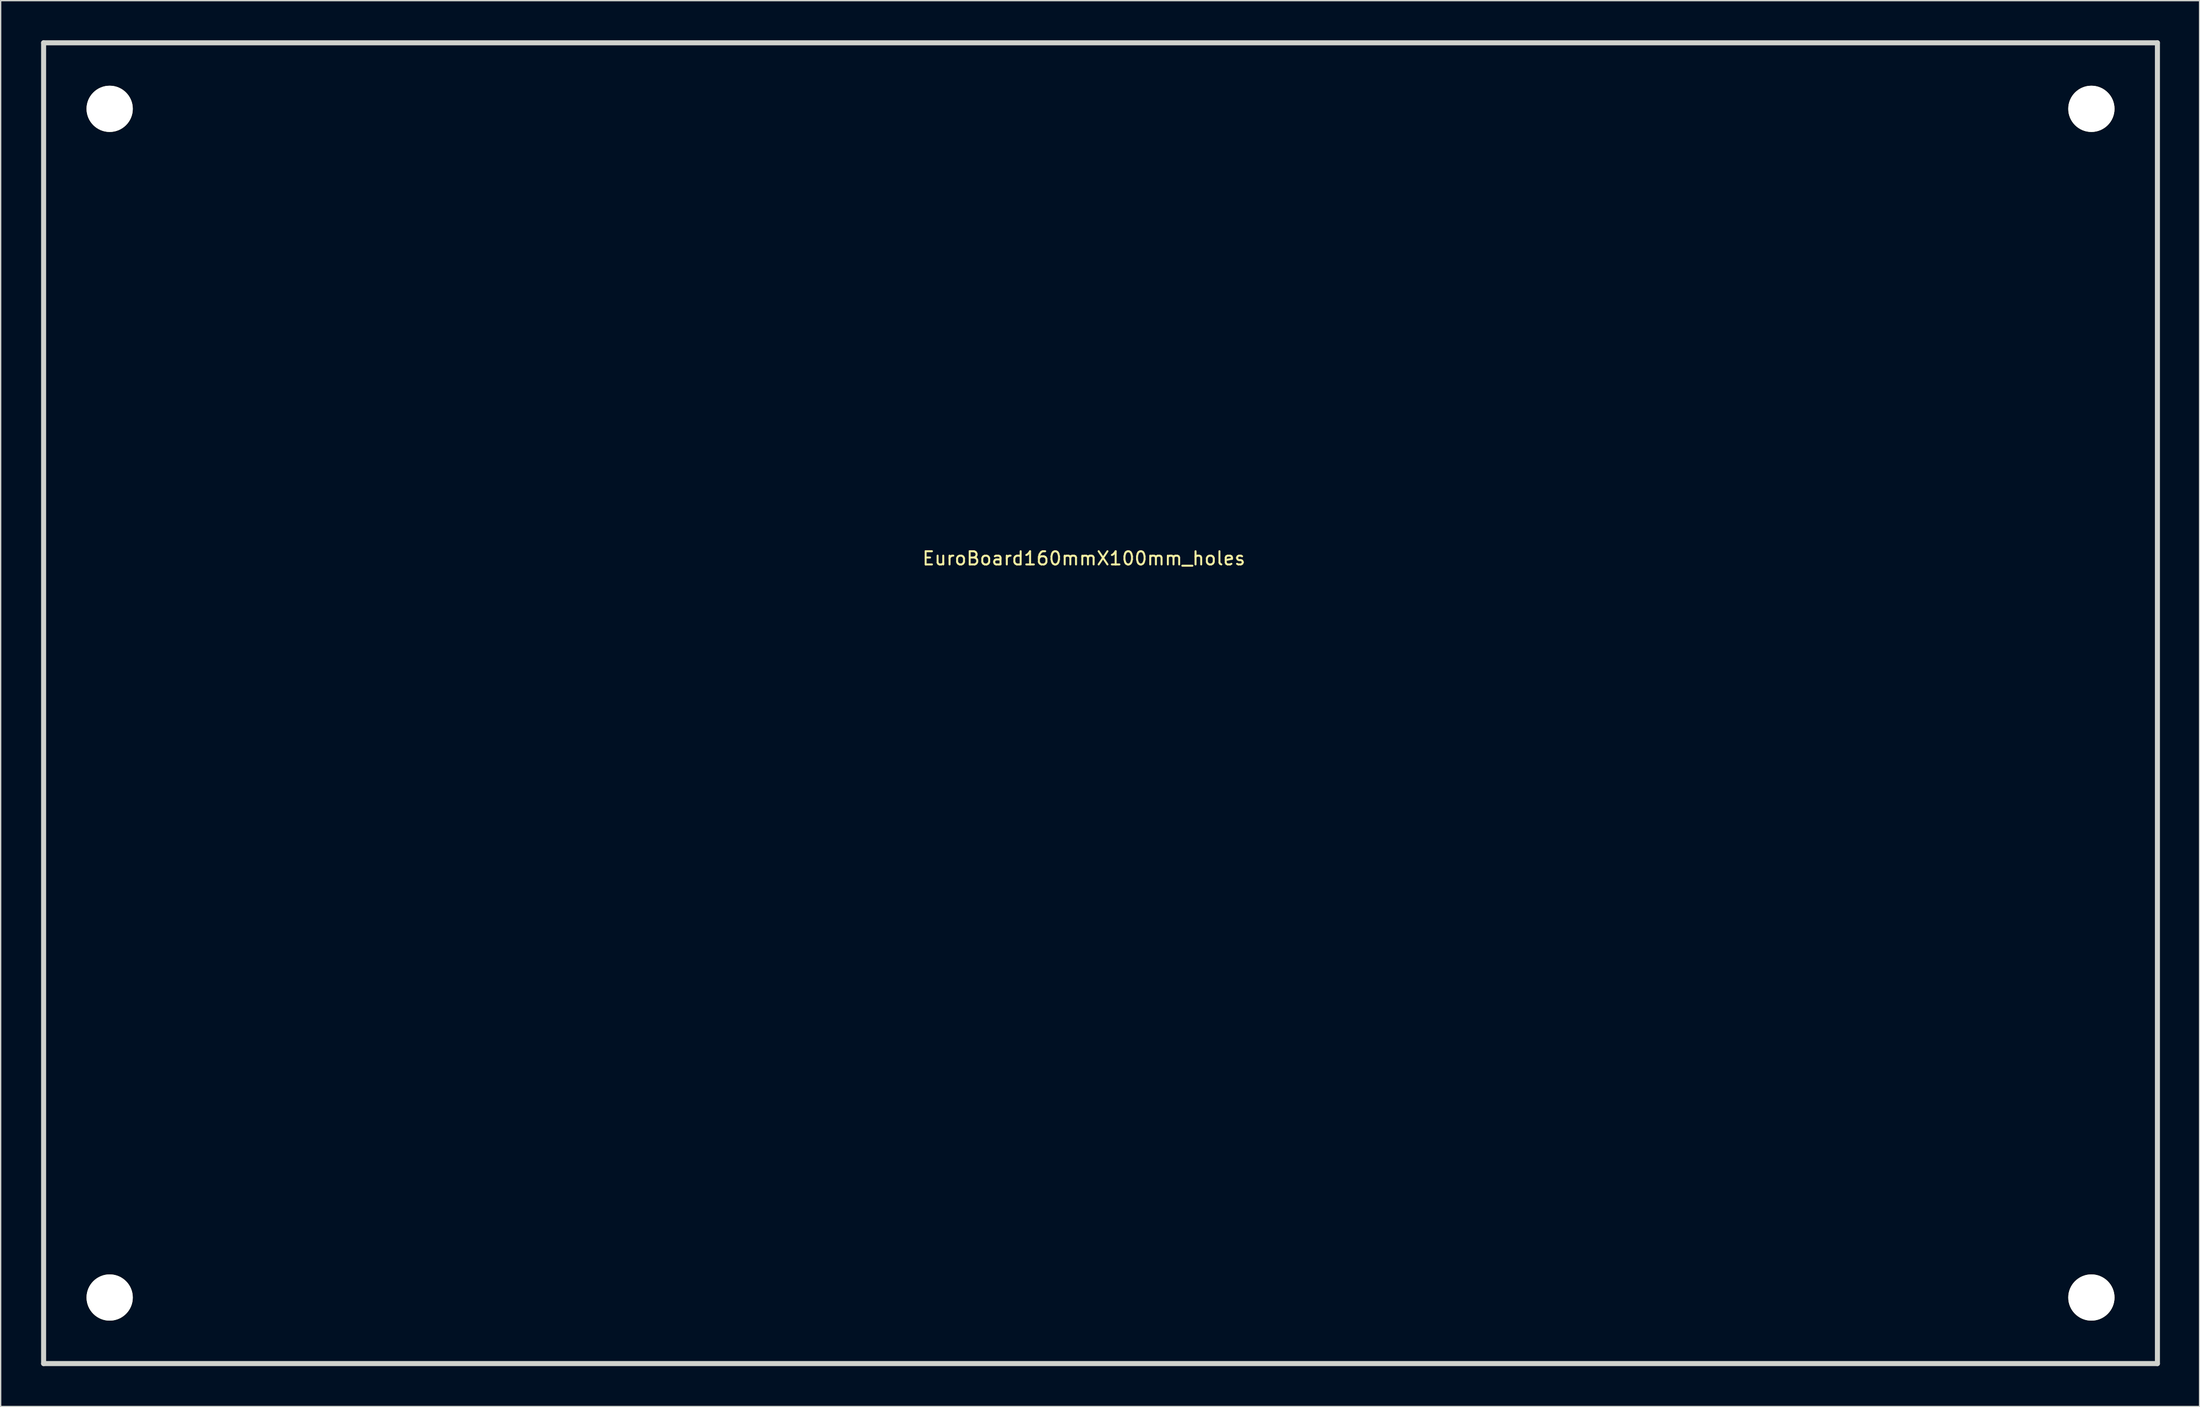
<source format=kicad_pcb>
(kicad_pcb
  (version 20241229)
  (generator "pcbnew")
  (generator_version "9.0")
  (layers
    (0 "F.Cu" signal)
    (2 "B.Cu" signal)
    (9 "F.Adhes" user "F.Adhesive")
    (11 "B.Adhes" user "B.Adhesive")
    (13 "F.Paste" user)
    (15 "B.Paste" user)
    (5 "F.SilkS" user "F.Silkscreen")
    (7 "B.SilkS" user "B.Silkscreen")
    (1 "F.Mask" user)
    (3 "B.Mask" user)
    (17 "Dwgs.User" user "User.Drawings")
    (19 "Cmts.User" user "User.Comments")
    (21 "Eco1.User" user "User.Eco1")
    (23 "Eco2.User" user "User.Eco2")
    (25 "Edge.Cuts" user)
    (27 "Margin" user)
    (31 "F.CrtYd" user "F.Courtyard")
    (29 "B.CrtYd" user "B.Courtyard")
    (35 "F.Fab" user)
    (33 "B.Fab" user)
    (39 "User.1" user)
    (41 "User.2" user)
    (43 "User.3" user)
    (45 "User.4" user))
  (footprint "EuroBoard160mmX100mm_holes"
    (layer "F.Cu")
    (at 0.25 100.191)
    (property "Reference" "EuroBoard160mmX100mm_holes" (at 78.74 -60.96 0) (layer "F.SilkS") (effects (font (size 1 1) (thickness 0.15))))
    (attr through_hole)
    (fp_line (start 0 -100) (end 160 -100) (stroke (width 0.381) (type solid)) (layer "Edge.Cuts"))
    (fp_line (start 0 -100) (end 0 0) (stroke (width 0.381) (type solid)) (layer "Edge.Cuts"))
    (fp_line (start 0 0) (end 160 0) (stroke (width 0.381) (type solid)) (layer "Edge.Cuts"))
    (fp_line (start 160 0) (end 160 -100) (stroke (width 0.381) (type solid)) (layer "Edge.Cuts"))
    (pad "" np_thru_hole circle (at 5.001 -95.001) (size 3.5 3.5) (drill 3.5) (layers "*.Cu" "*.Mask" "F.SilkS"))
    (pad "" np_thru_hole circle (at 5.001 -5.001) (size 3.5 3.5) (drill 3.5) (layers "*.Cu" "*.Mask" "F.SilkS"))
    (pad "" np_thru_hole circle (at 155.001 -95.001) (size 3.5 3.5) (drill 3.5) (layers "*.Cu" "*.Mask" "F.SilkS"))
    (pad "" np_thru_hole circle (at 155.001 -5.001) (size 3.5 3.5) (drill 3.5) (layers "*.Cu" "*.Mask" "F.SilkS")))
  (gr_rect
    (start -3 -3)
    (end 163.44 103.441)
    (stroke (width 0.1) (type default))
    (fill no)
    (layer "Edge.Cuts")))
</source>
